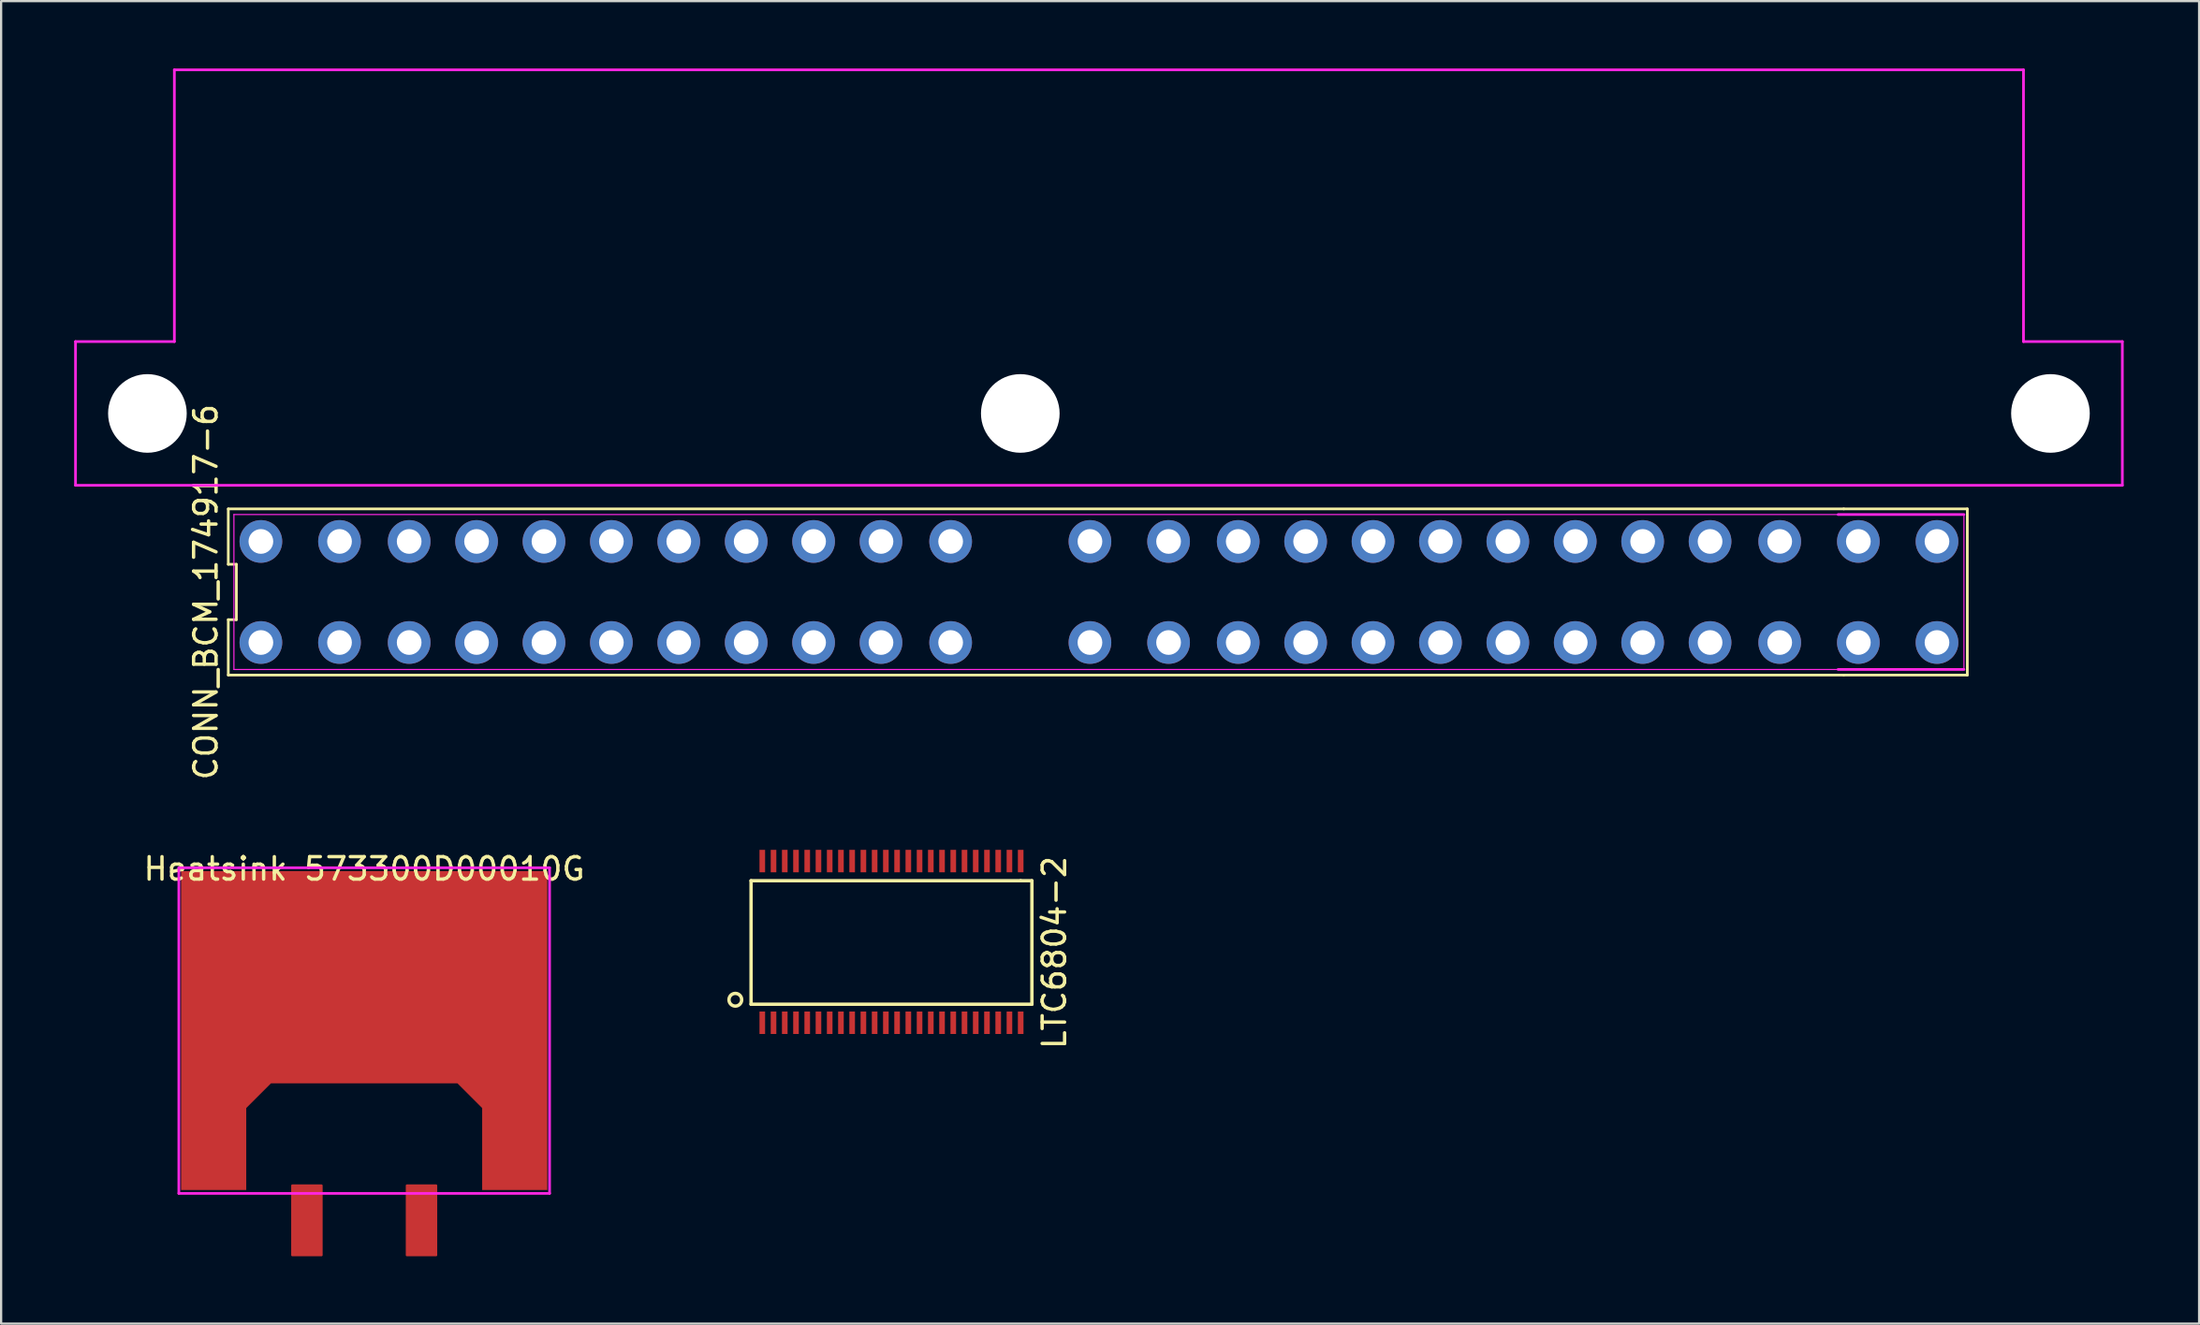
<source format=kicad_pcb>
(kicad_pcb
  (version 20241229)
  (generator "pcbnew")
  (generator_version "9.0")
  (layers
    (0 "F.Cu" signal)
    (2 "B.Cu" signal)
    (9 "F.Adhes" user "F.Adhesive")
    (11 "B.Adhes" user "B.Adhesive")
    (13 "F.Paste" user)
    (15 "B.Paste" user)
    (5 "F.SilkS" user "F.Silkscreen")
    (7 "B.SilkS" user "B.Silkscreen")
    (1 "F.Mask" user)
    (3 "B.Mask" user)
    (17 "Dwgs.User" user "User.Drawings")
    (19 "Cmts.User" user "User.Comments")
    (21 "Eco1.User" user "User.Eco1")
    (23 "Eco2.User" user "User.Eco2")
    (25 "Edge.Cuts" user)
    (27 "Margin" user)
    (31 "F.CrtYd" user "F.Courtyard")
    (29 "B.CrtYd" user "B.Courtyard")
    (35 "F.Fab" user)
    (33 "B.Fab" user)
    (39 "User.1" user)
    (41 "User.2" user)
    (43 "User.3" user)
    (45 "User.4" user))
  (footprint "CONN_BCM_174917-6"
    (layer "F.Cu")
    (at 8.561 21.06)
    (property "Reference" "CONN_BCM_174917-6" (at -2.45 2.25 90) (layer "F.SilkS") (effects (font (size 1 1) (thickness 0.15))))
    (attr through_hole)
    (fp_line (start -1.45 -1.45) (end -1.45 1.017) (stroke (width 0.12) (type solid)) (layer "F.SilkS"))
    (fp_line (start -1.45 1.017) (end -1.09 1.017) (stroke (width 0.12) (type solid)) (layer "F.SilkS"))
    (fp_line (start -1.45 3.483) (end -1.45 5.95) (stroke (width 0.12) (type solid)) (layer "F.SilkS"))
    (fp_line (start -1.45 5.95) (end 70.45 5.95) (stroke (width 0.12) (type solid)) (layer "F.SilkS"))
    (fp_line (start -1.09 1.017) (end -1.09 3.483) (stroke (width 0.12) (type solid)) (layer "F.SilkS"))
    (fp_line (start -1.09 3.483) (end -1.45 3.483) (stroke (width 0.12) (type solid)) (layer "F.SilkS"))
    (fp_line (start 70.45 -1.45) (end -1.45 -1.45) (stroke (width 0.12) (type solid)) (layer "F.SilkS"))
    (fp_line (start 70.45 -1.45) (end 75.95 -1.45) (stroke (width 0.12) (type solid)) (layer "F.SilkS"))
    (fp_line (start 75.95 5.95) (end 70.45 5.95) (stroke (width 0.12) (type solid)) (layer "F.SilkS"))
    (fp_line (start 75.95 5.95) (end 75.95 -1.45) (stroke (width 0.12) (type solid)) (layer "F.SilkS"))
    (fp_circle (center -5 -5.7) (end -8.5 -5.8) (stroke (width 0.12) (type solid)) (fill no) (layer "Eco1.User"))
    (fp_circle (center 79.7 -5.7) (end 83.2 -5.9) (stroke (width 0.12) (type solid)) (fill no) (layer "Eco1.User"))
    (fp_line (start -8.25 -8.9) (end -3.85 -8.9) (stroke (width 0.12) (type solid)) (layer "F.CrtYd"))
    (fp_line (start -8.25 -2.5) (end -8.25 -8.9) (stroke (width 0.12) (type solid)) (layer "F.CrtYd"))
    (fp_line (start -8.25 -2.5) (end 82.85 -2.5) (stroke (width 0.12) (type solid)) (layer "F.CrtYd"))
    (fp_line (start -3.85 -21) (end 78.45 -21) (stroke (width 0.12) (type solid)) (layer "F.CrtYd"))
    (fp_line (start -3.85 -8.9) (end -3.85 -21) (stroke (width 0.12) (type solid)) (layer "F.CrtYd"))
    (fp_line (start -1.2 -1.2) (end 70.2 -1.2) (stroke (width 0.05) (type solid)) (layer "F.CrtYd"))
    (fp_line (start -1.2 5.7) (end -1.2 -1.2) (stroke (width 0.05) (type solid)) (layer "F.CrtYd"))
    (fp_line (start 70.2 5.7) (end -1.2 5.7) (stroke (width 0.05) (type solid)) (layer "F.CrtYd"))
    (fp_line (start 70.2 5.7) (end 75.8 5.7) (stroke (width 0.12) (type solid)) (layer "F.CrtYd"))
    (fp_line (start 75.8 -1.2) (end 70.2 -1.2) (stroke (width 0.12) (type solid)) (layer "F.CrtYd"))
    (fp_line (start 75.8 -1.2) (end 75.8 5.7) (stroke (width 0.05) (type solid)) (layer "F.CrtYd"))
    (fp_line (start 78.45 -8.9) (end 78.45 -21) (stroke (width 0.12) (type solid)) (layer "F.CrtYd"))
    (fp_line (start 82.85 -8.9) (end 78.45 -8.9) (stroke (width 0.12) (type solid)) (layer "F.CrtYd"))
    (fp_line (start 82.85 -2.5) (end 82.85 -8.9) (stroke (width 0.12) (type solid)) (layer "F.CrtYd"))
    (pad "" np_thru_hole circle (at -5.05 -5.7) (size 3.5 3.5) (drill 3.5) (layers "*.Cu" "*.Mask"))
    (pad "" np_thru_hole circle (at 33.8 -5.7) (size 3.5 3.5) (drill 3.5) (layers "*.Cu" "*.Mask"))
    (pad "" np_thru_hole circle (at 79.65 -5.7) (size 3.5 3.5) (drill 3.5) (layers "*.Cu" "*.Mask"))
    (pad "A01" thru_hole circle (at 74.6 4.5) (size 1.9 1.9) (drill 1.1) (layers "*.Cu" "*.Mask"))
    (pad "A02" thru_hole circle (at 71.1 4.5) (size 1.9 1.9) (drill 1.1) (layers "*.Cu" "*.Mask"))
    (pad "A03" thru_hole circle (at 67.6 4.5) (size 1.9 1.9) (drill 1.1) (layers "*.Cu" "*.Mask"))
    (pad "A04" thru_hole circle (at 64.5 4.5) (size 1.9 1.9) (drill 1.1) (layers "*.Cu" "*.Mask"))
    (pad "A05" thru_hole circle (at 61.5 4.5) (size 1.9 1.9) (drill 1.1) (layers "*.Cu" "*.Mask"))
    (pad "A06" thru_hole circle (at 58.5 4.5) (size 1.9 1.9) (drill 1.1) (layers "*.Cu" "*.Mask"))
    (pad "A07" thru_hole circle (at 55.5 4.5) (size 1.9 1.9) (drill 1.1) (layers "*.Cu" "*.Mask"))
    (pad "A08" thru_hole circle (at 52.5 4.5) (size 1.9 1.9) (drill 1.1) (layers "*.Cu" "*.Mask"))
    (pad "A09" thru_hole circle (at 49.5 4.5) (size 1.9 1.9) (drill 1.1) (layers "*.Cu" "*.Mask"))
    (pad "A10" thru_hole circle (at 46.5 4.5) (size 1.9 1.9) (drill 1.1) (layers "*.Cu" "*.Mask"))
    (pad "A11" thru_hole circle (at 43.5 4.5) (size 1.9 1.9) (drill 1.1) (layers "*.Cu" "*.Mask"))
    (pad "A12" thru_hole circle (at 40.4 4.5) (size 1.9 1.9) (drill 1.1) (layers "*.Cu" "*.Mask"))
    (pad "A13" thru_hole circle (at 36.9 4.5) (size 1.9 1.9) (drill 1.1) (layers "*.Cu" "*.Mask"))
    (pad "A14" thru_hole circle (at 74.6 0) (size 1.9 1.9) (drill 1.1) (layers "*.Cu" "*.Mask"))
    (pad "A15" thru_hole circle (at 71.1 0) (size 1.9 1.9) (drill 1.1) (layers "*.Cu" "*.Mask"))
    (pad "A16" thru_hole circle (at 67.6 0) (size 1.9 1.9) (drill 1.1) (layers "*.Cu" "*.Mask"))
    (pad "A17" thru_hole circle (at 64.5 0) (size 1.9 1.9) (drill 1.1) (layers "*.Cu" "*.Mask"))
    (pad "A18" thru_hole circle (at 61.5 0) (size 1.9 1.9) (drill 1.1) (layers "*.Cu" "*.Mask"))
    (pad "A19" thru_hole circle (at 58.5 0) (size 1.9 1.9) (drill 1.1) (layers "*.Cu" "*.Mask"))
    (pad "A20" thru_hole circle (at 55.5 0) (size 1.9 1.9) (drill 1.1) (layers "*.Cu" "*.Mask"))
    (pad "A21" thru_hole circle (at 52.5 0) (size 1.9 1.9) (drill 1.1) (layers "*.Cu" "*.Mask"))
    (pad "A22" thru_hole circle (at 49.5 0) (size 1.9 1.9) (drill 1.1) (layers "*.Cu" "*.Mask"))
    (pad "A23" thru_hole circle (at 46.5 0) (size 1.9 1.9) (drill 1.1) (layers "*.Cu" "*.Mask"))
    (pad "A24" thru_hole circle (at 43.5 0) (size 1.9 1.9) (drill 1.1) (layers "*.Cu" "*.Mask"))
    (pad "A25" thru_hole circle (at 40.4 0) (size 1.9 1.9) (drill 1.1) (layers "*.Cu" "*.Mask"))
    (pad "A26" thru_hole circle (at 36.9 0) (size 1.9 1.9) (drill 1.1) (layers "*.Cu" "*.Mask"))
    (pad "B01" thru_hole circle (at 30.7 4.5) (size 1.9 1.9) (drill 1.1) (layers "*.Cu" "*.Mask"))
    (pad "B02" thru_hole circle (at 27.6 4.5) (size 1.9 1.9) (drill 1.1) (layers "*.Cu" "*.Mask"))
    (pad "B03" thru_hole circle (at 24.6 4.5) (size 1.9 1.9) (drill 1.1) (layers "*.Cu" "*.Mask"))
    (pad "B04" thru_hole circle (at 21.6 4.5) (size 1.9 1.9) (drill 1.1) (layers "*.Cu" "*.Mask"))
    (pad "B05" thru_hole circle (at 18.6 4.5) (size 1.9 1.9) (drill 1.1) (layers "*.Cu" "*.Mask"))
    (pad "B06" thru_hole circle (at 15.6 4.5) (size 1.9 1.9) (drill 1.1) (layers "*.Cu" "*.Mask"))
    (pad "B07" thru_hole circle (at 12.6 4.5) (size 1.9 1.9) (drill 1.1) (layers "*.Cu" "*.Mask"))
    (pad "B08" thru_hole circle (at 9.6 4.5) (size 1.9 1.9) (drill 1.1) (layers "*.Cu" "*.Mask"))
    (pad "B09" thru_hole circle (at 6.6 4.5) (size 1.9 1.9) (drill 1.1) (layers "*.Cu" "*.Mask"))
    (pad "B10" thru_hole circle (at 3.5 4.5) (size 1.9 1.9) (drill 1.1) (layers "*.Cu" "*.Mask"))
    (pad "B11" thru_hole circle (at 0 4.5) (size 1.9 1.9) (drill 1.1) (layers "*.Cu" "*.Mask"))
    (pad "B12" thru_hole circle (at 30.7 0) (size 1.9 1.9) (drill 1.1) (layers "*.Cu" "*.Mask"))
    (pad "B13" thru_hole circle (at 27.6 0) (size 1.9 1.9) (drill 1.1) (layers "*.Cu" "*.Mask"))
    (pad "B14" thru_hole circle (at 24.6 0) (size 1.9 1.9) (drill 1.1) (layers "*.Cu" "*.Mask"))
    (pad "B15" thru_hole circle (at 21.6 0) (size 1.9 1.9) (drill 1.1) (layers "*.Cu" "*.Mask"))
    (pad "B16" thru_hole circle (at 18.6 0) (size 1.9 1.9) (drill 1.1) (layers "*.Cu" "*.Mask"))
    (pad "B17" thru_hole circle (at 15.6 0) (size 1.9 1.9) (drill 1.1) (layers "*.Cu" "*.Mask"))
    (pad "B18" thru_hole circle (at 12.6 0) (size 1.9 1.9) (drill 1.1) (layers "*.Cu" "*.Mask"))
    (pad "B19" thru_hole circle (at 9.6 0) (size 1.9 1.9) (drill 1.1) (layers "*.Cu" "*.Mask"))
    (pad "B20" thru_hole circle (at 6.6 0) (size 1.9 1.9) (drill 1.1) (layers "*.Cu" "*.Mask"))
    (pad "B21" thru_hole circle (at 3.5 0) (size 1.9 1.9) (drill 1.1) (layers "*.Cu" "*.Mask"))
    (pad "B22" thru_hole circle (at 0 0) (size 1.9 1.9) (drill 1.1) (layers "*.Cu" "*.Mask")))
  (footprint "LTC6804-2"
    (layer "F.Cu")
    (at 30.878 42.367)
    (property "Reference" "LTC6804-2" (at 13 -3 90) (layer "F.SilkS") (effects (font (size 1 1) (thickness 0.15))))
    (attr through_hole)
    (fp_line (start -0.5 -6.2) (end 11.5 -6.2) (stroke (width 0.15) (type solid)) (layer "F.SilkS"))
    (fp_line (start -0.5 -0.7) (end -0.5 -6.2) (stroke (width 0.15) (type solid)) (layer "F.SilkS"))
    (fp_line (start 11.5 -6.2) (end 12 -6.2) (stroke (width 0.15) (type solid)) (layer "F.SilkS"))
    (fp_line (start 12 -6.2) (end 12 -0.7) (stroke (width 0.15) (type solid)) (layer "F.SilkS"))
    (fp_line (start 12 -0.7) (end -0.5 -0.7) (stroke (width 0.15) (type solid)) (layer "F.SilkS"))
    (fp_circle (center -1.2 -0.9) (end -1 -0.7) (stroke (width 0.15) (type solid)) (fill no) (layer "F.SilkS"))
    (pad "1" smd rect (at 0 0.125) (size 0.25 1) (layers "F.Cu" "F.Mask" "F.Paste"))
    (pad "2" smd rect (at 0.5 0.125) (size 0.25 1) (layers "F.Cu" "F.Mask" "F.Paste"))
    (pad "3" smd rect (at 1 0.125) (size 0.25 1) (layers "F.Cu" "F.Mask" "F.Paste"))
    (pad "4" smd rect (at 1.5 0.125) (size 0.25 1) (layers "F.Cu" "F.Mask" "F.Paste"))
    (pad "5" smd rect (at 2 0.125) (size 0.25 1) (layers "F.Cu" "F.Mask" "F.Paste"))
    (pad "6" smd rect (at 2.5 0.125) (size 0.25 1) (layers "F.Cu" "F.Mask" "F.Paste"))
    (pad "7" smd rect (at 3 0.125) (size 0.25 1) (layers "F.Cu" "F.Mask" "F.Paste"))
    (pad "8" smd rect (at 3.5 0.125) (size 0.25 1) (layers "F.Cu" "F.Mask" "F.Paste"))
    (pad "9" smd rect (at 4 0.125) (size 0.25 1) (layers "F.Cu" "F.Mask" "F.Paste"))
    (pad "10" smd rect (at 4.5 0.125) (size 0.25 1) (layers "F.Cu" "F.Mask" "F.Paste"))
    (pad "11" smd rect (at 5 0.125) (size 0.25 1) (layers "F.Cu" "F.Mask" "F.Paste"))
    (pad "12" smd rect (at 5.5 0.125) (size 0.25 1) (layers "F.Cu" "F.Mask" "F.Paste"))
    (pad "13" smd rect (at 6 0.125) (size 0.25 1) (layers "F.Cu" "F.Mask" "F.Paste"))
    (pad "14" smd rect (at 6.5 0.125) (size 0.25 1) (layers "F.Cu" "F.Mask" "F.Paste"))
    (pad "15" smd rect (at 7 0.125) (size 0.25 1) (layers "F.Cu" "F.Mask" "F.Paste"))
    (pad "16" smd rect (at 7.5 0.125) (size 0.25 1) (layers "F.Cu" "F.Mask" "F.Paste"))
    (pad "17" smd rect (at 8 0.125) (size 0.25 1) (layers "F.Cu" "F.Mask" "F.Paste"))
    (pad "18" smd rect (at 8.5 0.125) (size 0.25 1) (layers "F.Cu" "F.Mask" "F.Paste"))
    (pad "19" smd rect (at 9 0.125) (size 0.25 1) (layers "F.Cu" "F.Mask" "F.Paste"))
    (pad "20" smd rect (at 9.5 0.125) (size 0.25 1) (layers "F.Cu" "F.Mask" "F.Paste"))
    (pad "21" smd rect (at 10 0.125) (size 0.25 1) (layers "F.Cu" "F.Mask" "F.Paste"))
    (pad "22" smd rect (at 10.5 0.125) (size 0.25 1) (layers "F.Cu" "F.Mask" "F.Paste"))
    (pad "23" smd rect (at 11 0.125) (size 0.25 1) (layers "F.Cu" "F.Mask" "F.Paste"))
    (pad "24" smd rect (at 11.5 0.125) (size 0.25 1) (layers "F.Cu" "F.Mask" "F.Paste"))
    (pad "25" smd rect (at 11.5 -7.075) (size 0.25 1) (layers "F.Cu" "F.Mask" "F.Paste"))
    (pad "26" smd rect (at 11 -7.075) (size 0.25 1) (layers "F.Cu" "F.Mask" "F.Paste"))
    (pad "27" smd rect (at 10.5 -7.075) (size 0.25 1) (layers "F.Cu" "F.Mask" "F.Paste"))
    (pad "28" smd rect (at 10 -7.075) (size 0.25 1) (layers "F.Cu" "F.Mask" "F.Paste"))
    (pad "29" smd rect (at 9.5 -7.075) (size 0.25 1) (layers "F.Cu" "F.Mask" "F.Paste"))
    (pad "30" smd rect (at 9 -7.075) (size 0.25 1) (layers "F.Cu" "F.Mask" "F.Paste"))
    (pad "31" smd rect (at 8.5 -7.075) (size 0.25 1) (layers "F.Cu" "F.Mask" "F.Paste"))
    (pad "32" smd rect (at 8 -7.075) (size 0.25 1) (layers "F.Cu" "F.Mask" "F.Paste"))
    (pad "33" smd rect (at 7.5 -7.075) (size 0.25 1) (layers "F.Cu" "F.Mask" "F.Paste"))
    (pad "34" smd rect (at 7 -7.075) (size 0.25 1) (layers "F.Cu" "F.Mask" "F.Paste"))
    (pad "35" smd rect (at 6.5 -7.075) (size 0.25 1) (layers "F.Cu" "F.Mask" "F.Paste"))
    (pad "36" smd rect (at 6 -7.075) (size 0.25 1) (layers "F.Cu" "F.Mask" "F.Paste"))
    (pad "37" smd rect (at 5.5 -7.075) (size 0.25 1) (layers "F.Cu" "F.Mask" "F.Paste"))
    (pad "38" smd rect (at 5 -7.075) (size 0.25 1) (layers "F.Cu" "F.Mask" "F.Paste"))
    (pad "39" smd rect (at 4.5 -7.075) (size 0.25 1) (layers "F.Cu" "F.Mask" "F.Paste"))
    (pad "40" smd rect (at 4 -7.075) (size 0.25 1) (layers "F.Cu" "F.Mask" "F.Paste"))
    (pad "41" smd rect (at 3.5 -7.075) (size 0.25 1) (layers "F.Cu" "F.Mask" "F.Paste"))
    (pad "42" smd rect (at 3 -7.075) (size 0.25 1) (layers "F.Cu" "F.Mask" "F.Paste"))
    (pad "43" smd rect (at 2.5 -7.075) (size 0.25 1) (layers "F.Cu" "F.Mask" "F.Paste"))
    (pad "44" smd rect (at 2 -7.075) (size 0.25 1) (layers "F.Cu" "F.Mask" "F.Paste"))
    (pad "45" smd rect (at 1.5 -7.075) (size 0.25 1) (layers "F.Cu" "F.Mask" "F.Paste"))
    (pad "46" smd rect (at 1 -7.075) (size 0.25 1) (layers "F.Cu" "F.Mask" "F.Paste"))
    (pad "47" smd rect (at 0.5 -7.075) (size 0.25 1) (layers "F.Cu" "F.Mask" "F.Paste"))
    (pad "48" smd rect (at 0 -7.075) (size 0.25 1) (layers "F.Cu" "F.Mask" "F.Paste")))
  (footprint "Heatsink 573300D00010G"
    (layer "F.Cu")
    (at 13.16 42.84)
    (property "Reference" "Heatsink 573300D00010G" (at 0 -7.2 0) (layer "F.SilkS") (effects (font (size 1 1) (thickness 0.15))))
    (attr through_hole)
    (fp_poly (pts (xy -1.9 10) (xy -3.2 10) (xy -3.2 6.9) (xy -1.9 6.9)) (stroke (width 0.1) (type solid)) (fill yes) (layer "F.Cu"))
    (fp_poly (pts (xy 3.2 10) (xy 1.9 10) (xy 1.9 6.9) (xy 3.2 6.9)) (stroke (width 0.1) (type solid)) (fill yes) (layer "F.Cu"))
    (fp_poly (pts (xy -6.5 6.85) (xy -7.9 6.85) (xy -7.9 -6.85) (xy -6.5 -6.85)) (stroke (width 0.1) (type solid)) (fill yes) (layer "F.Mask"))
    (fp_poly (pts (xy -1.9 10) (xy -3.2 10) (xy -3.2 6.9) (xy -1.9 6.9)) (stroke (width 0) (type solid)) (fill yes) (layer "F.Mask"))
    (fp_poly (pts (xy 3.2 10) (xy 1.9 10) (xy 1.9 6.9) (xy 3.2 6.9)) (stroke (width 0) (type solid)) (fill yes) (layer "F.Mask"))
    (fp_poly (pts (xy 3.75 2.35) (xy -3.75 2.35) (xy -3.75 -3.85) (xy 3.75 -3.85)) (stroke (width 0) (type solid)) (fill yes) (layer "F.Mask"))
    (fp_poly (pts (xy 5.3 -3.85) (xy -5.3 -3.85) (xy -5.3 -6.1) (xy 5.3 -6.1)) (stroke (width 0) (type solid)) (fill yes) (layer "F.Mask"))
    (fp_poly (pts (xy 7.9 6.85) (xy 6.5 6.85) (xy 6.5 -6.85) (xy 7.9 -6.85)) (stroke (width 0.1) (type solid)) (fill yes) (layer "F.Mask"))
    (fp_poly (pts (xy -6.5 6.85) (xy -7.9 6.85) (xy -7.9 -6.85) (xy -6.5 -6.85)) (stroke (width 0) (type solid)) (fill yes) (layer "F.Paste"))
    (fp_poly (pts (xy -1.9 10) (xy -3.2 10) (xy -3.2 6.9) (xy -1.9 6.9)) (stroke (width 0) (type solid)) (fill yes) (layer "F.Paste"))
    (fp_poly (pts (xy -0.5 -4.25) (xy -5 -4.25) (xy -5 -6) (xy -0.5 -6)) (stroke (width 0) (type solid)) (fill yes) (layer "F.Paste"))
    (fp_poly (pts (xy -0.5 -1) (xy -3.5 -1) (xy -3.5 -3.5) (xy -0.5 -3.5)) (stroke (width 0) (type solid)) (fill yes) (layer "F.Paste"))
    (fp_poly (pts (xy -0.5 2.25) (xy -3.5 2.25) (xy -3.5 -0.25) (xy -0.5 -0.25)) (stroke (width 0) (type solid)) (fill yes) (layer "F.Paste"))
    (fp_poly (pts (xy 3.2 10) (xy 1.9 10) (xy 1.9 6.9) (xy 3.2 6.9)) (stroke (width 0) (type solid)) (fill yes) (layer "F.Paste"))
    (fp_poly (pts (xy 3.5 -1) (xy 0.5 -1) (xy 0.5 -3.5) (xy 3.5 -3.5)) (stroke (width 0) (type solid)) (fill yes) (layer "F.Paste"))
    (fp_poly (pts (xy 3.5 2.25) (xy 0.5 2.25) (xy 0.5 -0.25) (xy 3.5 -0.25)) (stroke (width 0) (type solid)) (fill yes) (layer "F.Paste"))
    (fp_poly (pts (xy 5 -4.25) (xy 0.5 -4.25) (xy 0.5 -6) (xy 5 -6)) (stroke (width 0) (type solid)) (fill yes) (layer "F.Paste"))
    (fp_poly (pts (xy 7.9 6.85) (xy 6.5 6.85) (xy 6.5 -6.85) (xy 7.9 -6.85)) (stroke (width 0) (type solid)) (fill yes) (layer "F.Paste"))
    (fp_line (start -13.1 -6.3) (end -13.1 6.4) (stroke (width 0.12) (type solid)) (layer "Eco1.User"))
    (fp_line (start -13.1 6.4) (end 13.1 6.4) (stroke (width 0.12) (type solid)) (layer "Eco1.User"))
    (fp_line (start 13.1 -6.3) (end -13.1 -6.3) (stroke (width 0.12) (type solid)) (layer "Eco1.User"))
    (fp_line (start 13.1 6.4) (end 13.1 -6.3) (stroke (width 0.12) (type solid)) (layer "Eco1.User"))
    (fp_line (start -8.25 -7.25) (end 8.25 -7.25) (stroke (width 0.12) (type solid)) (layer "F.CrtYd"))
    (fp_line (start -8.25 7.25) (end -8.25 -7.25) (stroke (width 0.12) (type solid)) (layer "F.CrtYd"))
    (fp_line (start 8.25 -7.25) (end 8.25 7.25) (stroke (width 0.12) (type solid)) (layer "F.CrtYd"))
    (fp_line (start 8.25 7.25) (end -8.25 7.25) (stroke (width 0.12) (type solid)) (layer "F.CrtYd"))
    (fp_text user "10mm airspace" (at -10.8 0 90) (layer "Eco1.User") (effects (font (size 1 1) (thickness 0.15))))
    (fp_text user "10mm airspace" (at 10.7 0.1 90) (layer "Eco1.User") (effects (font (size 1 1) (thickness 0.15))))
    (pad "1" smd custom (at 0 -2.375) (size 16.3 9.45) (layers "F.Cu") (options (anchor rect)) (primitives (gr_poly (pts (xy 8.15 9.475) (xy 5.25 9.475) (xy 5.25 4.725) (xy 8.15 4.725)) (width 0) (fill yes)) (gr_poly (pts (xy -5.25 9.475) (xy -8.15 9.475) (xy -8.15 4.725) (xy -5.25 4.725)) (width 0) (fill yes)) (gr_poly (pts (xy 5.25 5.825) (xy 4.15 4.725) (xy 5.25 4.725)) (width 0) (fill yes)) (gr_poly (pts (xy -5.25 5.825) (xy -5.25 4.725) (xy -4.15 4.725)) (width 0) (fill yes)))))
  (gr_rect
    (start -3 -3)
    (end 94.827 55.89)
    (stroke (width 0.1) (type default))
    (fill no)
    (layer "Edge.Cuts")))
</source>
